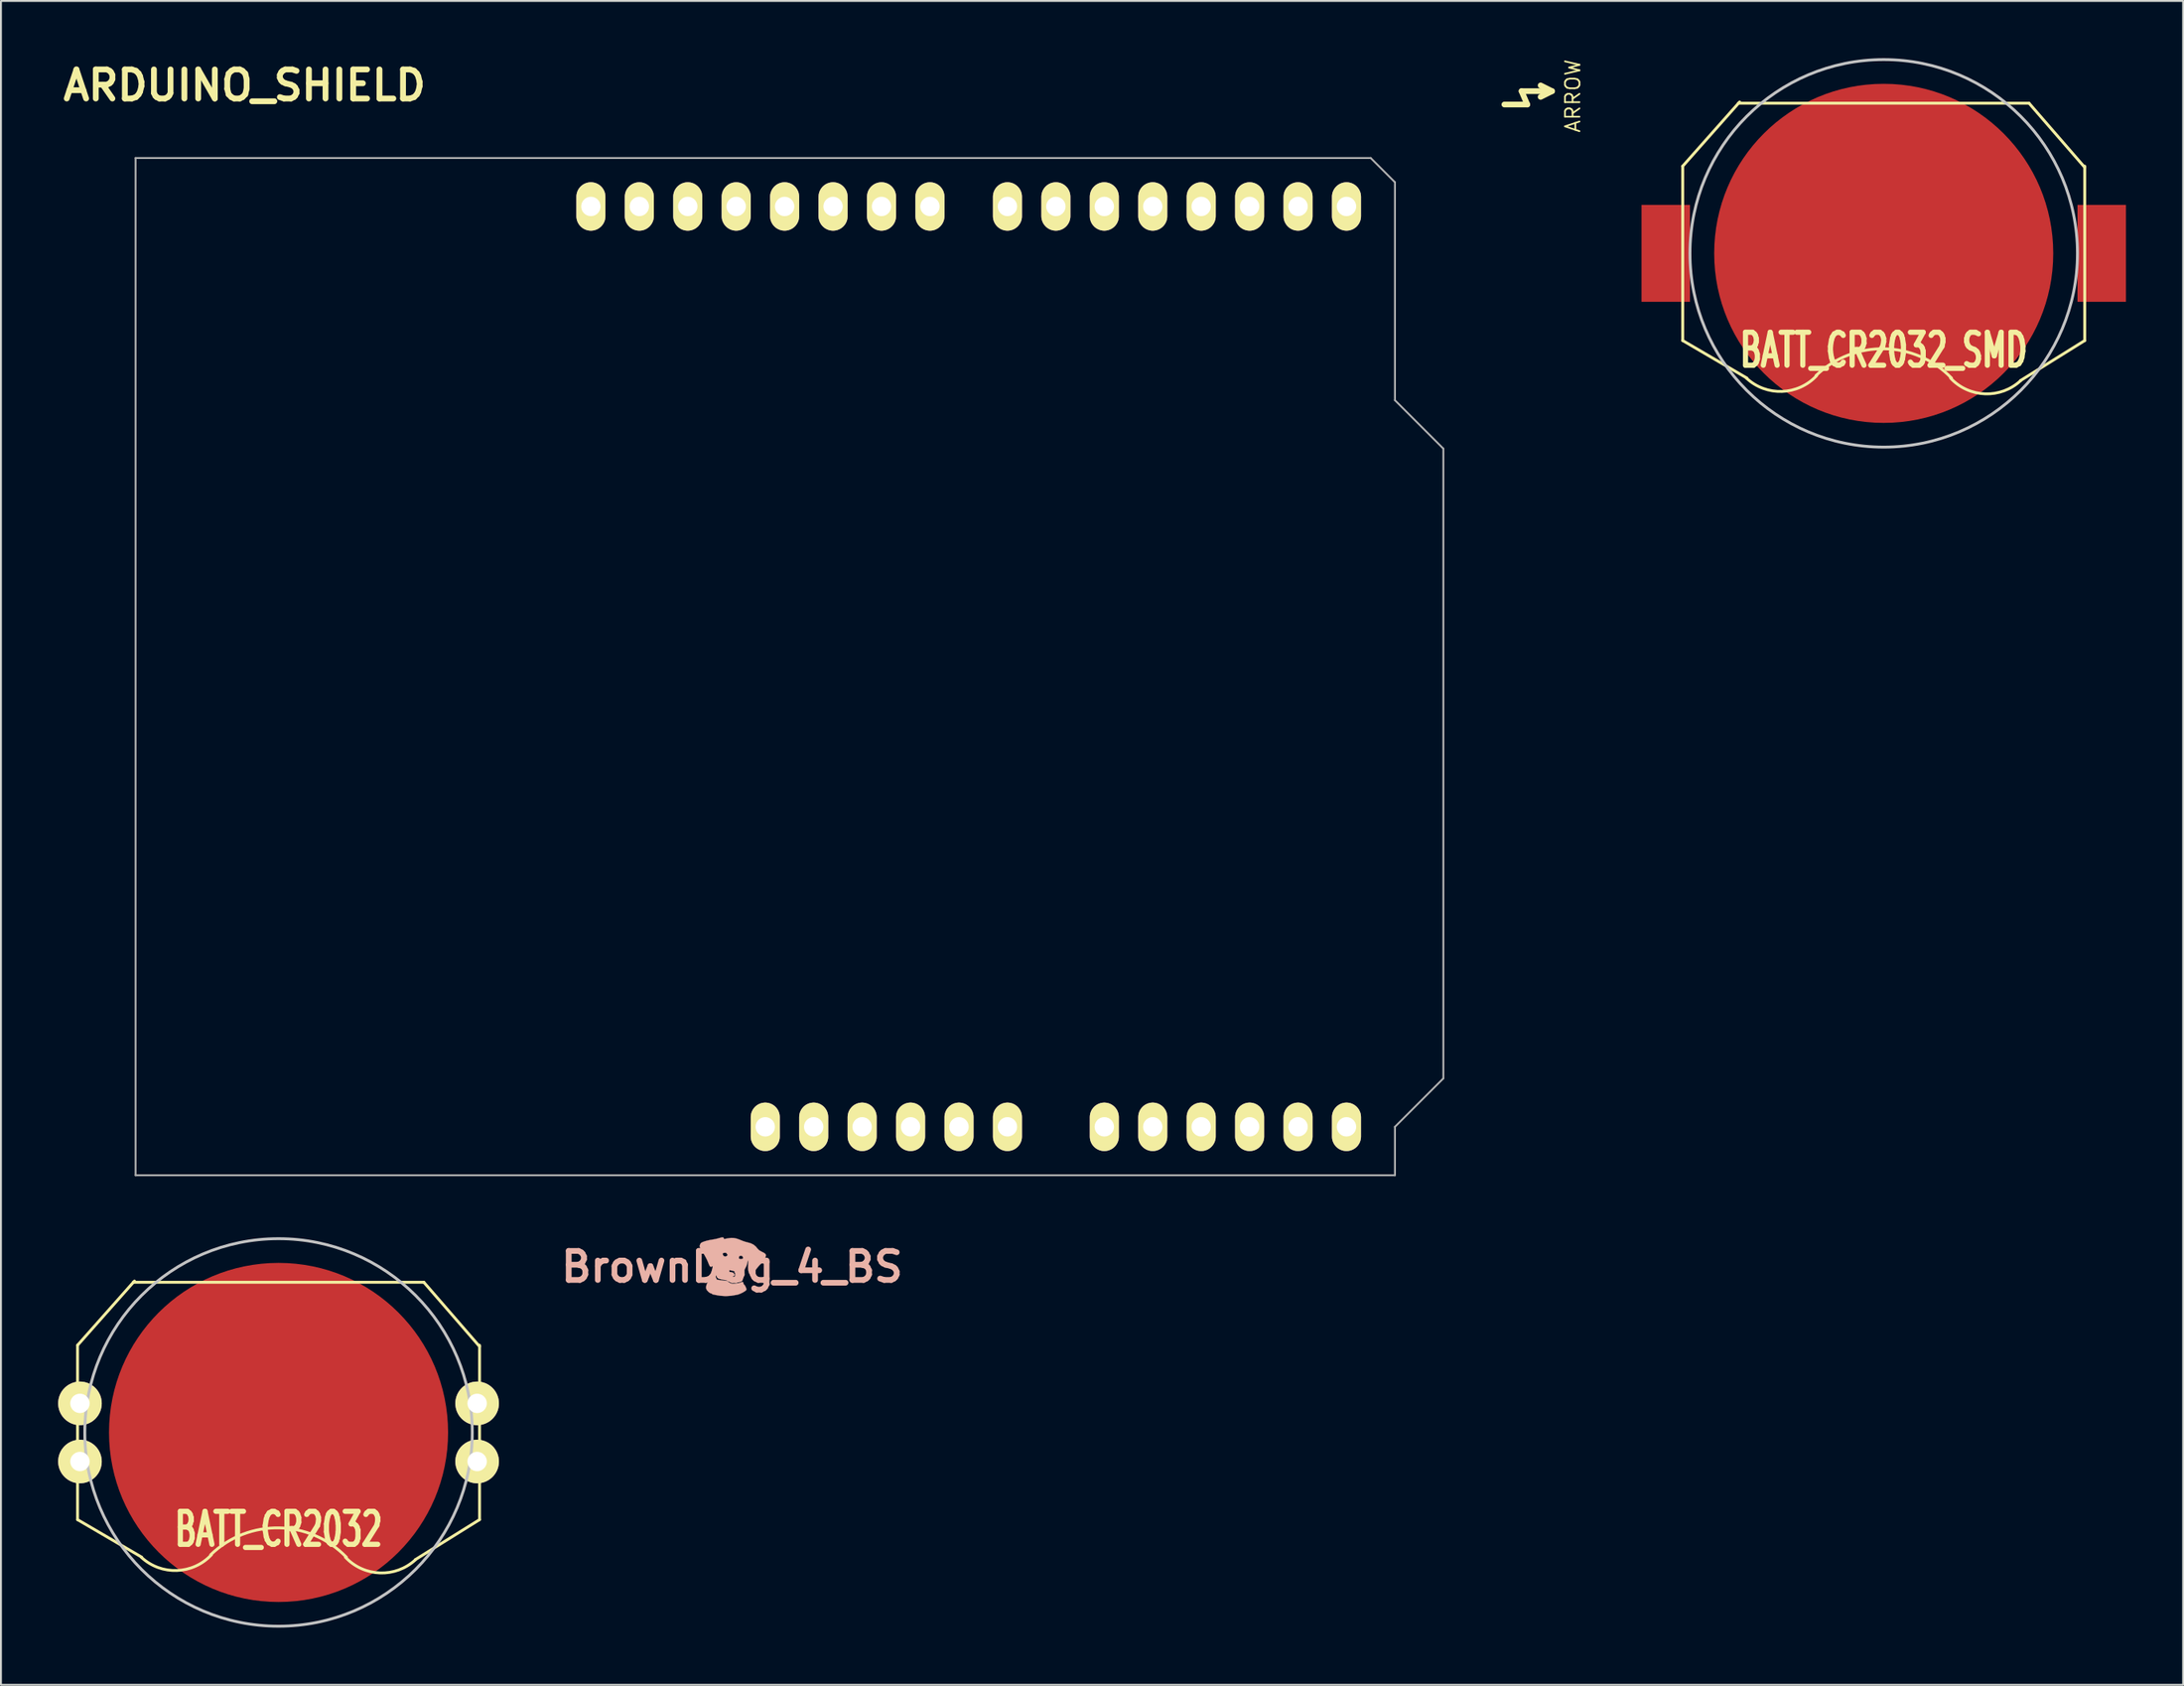
<source format=kicad_pcb>
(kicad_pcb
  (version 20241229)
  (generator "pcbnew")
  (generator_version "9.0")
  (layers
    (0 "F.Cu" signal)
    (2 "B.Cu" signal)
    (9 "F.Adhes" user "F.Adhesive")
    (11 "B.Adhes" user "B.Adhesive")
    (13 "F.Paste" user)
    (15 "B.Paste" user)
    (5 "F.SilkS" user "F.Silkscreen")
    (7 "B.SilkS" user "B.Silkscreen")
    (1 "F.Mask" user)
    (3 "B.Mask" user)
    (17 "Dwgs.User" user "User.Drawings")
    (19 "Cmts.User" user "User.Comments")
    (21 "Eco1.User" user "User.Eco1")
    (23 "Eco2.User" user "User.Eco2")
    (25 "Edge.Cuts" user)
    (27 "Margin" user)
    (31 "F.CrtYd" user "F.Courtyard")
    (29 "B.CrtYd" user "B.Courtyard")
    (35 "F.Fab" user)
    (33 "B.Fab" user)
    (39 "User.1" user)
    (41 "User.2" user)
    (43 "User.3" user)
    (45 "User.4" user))
  (footprint "ARDUINO_SHIELD"
    (layer "F.Cu")
    (at 4.06 58.576)
    (property "Reference" "ARDUINO_SHIELD" (at 5.715 -57.15 0) (layer "F.SilkS") (effects (font (size 1.524 1.524) (thickness 0.305))))
    (attr through_hole)
    (fp_line (start 0 0) (end 0 -53.34) (stroke (width 0.1) (type solid)) (layer "F.Fab"))
    (fp_line (start 64.77 -53.34) (end 0 -53.34) (stroke (width 0.1) (type solid)) (layer "F.Fab"))
    (fp_line (start 66.04 -52.07) (end 64.77 -53.34) (stroke (width 0.1) (type solid)) (layer "F.Fab"))
    (fp_line (start 66.04 -40.64) (end 66.04 -52.07) (stroke (width 0.1) (type solid)) (layer "F.Fab"))
    (fp_line (start 66.04 -40.64) (end 68.58 -38.1) (stroke (width 0.1) (type solid)) (layer "F.Fab"))
    (fp_line (start 66.04 -2.54) (end 66.04 0) (stroke (width 0.1) (type solid)) (layer "F.Fab"))
    (fp_line (start 66.04 0) (end 0 0) (stroke (width 0.1) (type solid)) (layer "F.Fab"))
    (fp_line (start 68.58 -38.1) (end 68.58 -5.08) (stroke (width 0.1) (type solid)) (layer "F.Fab"))
    (fp_line (start 68.58 -5.08) (end 66.04 -2.54) (stroke (width 0.1) (type solid)) (layer "F.Fab"))
    (pad "0" thru_hole oval (at 63.5 -50.8 90) (size 2.54 1.524) (drill 1.016) (layers "*.Cu" "*.Mask" "F.SilkS"))
    (pad "1" thru_hole oval (at 60.96 -50.8 90) (size 2.54 1.524) (drill 1.016) (layers "*.Cu" "*.Mask" "F.SilkS"))
    (pad "2" thru_hole oval (at 58.42 -50.8 90) (size 2.54 1.524) (drill 1.016) (layers "*.Cu" "*.Mask" "F.SilkS"))
    (pad "3" thru_hole oval (at 55.88 -50.8 90) (size 2.54 1.524) (drill 1.016) (layers "*.Cu" "*.Mask" "F.SilkS"))
    (pad "3V3" thru_hole oval (at 35.56 -2.54 90) (size 2.54 1.524) (drill 1.016) (layers "*.Cu" "*.Mask" "F.SilkS"))
    (pad "4" thru_hole oval (at 53.34 -50.8 90) (size 2.54 1.524) (drill 1.016) (layers "*.Cu" "*.Mask" "F.SilkS"))
    (pad "5" thru_hole oval (at 50.8 -50.8 90) (size 2.54 1.524) (drill 1.016) (layers "*.Cu" "*.Mask" "F.SilkS"))
    (pad "5V" thru_hole oval (at 38.1 -2.54 90) (size 2.54 1.524) (drill 1.016) (layers "*.Cu" "*.Mask" "F.SilkS"))
    (pad "6" thru_hole oval (at 48.26 -50.8 90) (size 2.54 1.524) (drill 1.016) (layers "*.Cu" "*.Mask" "F.SilkS"))
    (pad "7" thru_hole oval (at 45.72 -50.8 90) (size 2.54 1.524) (drill 1.016) (layers "*.Cu" "*.Mask" "F.SilkS"))
    (pad "8" thru_hole oval (at 41.656 -50.8 90) (size 2.54 1.524) (drill 1.016) (layers "*.Cu" "*.Mask" "F.SilkS"))
    (pad "9" thru_hole oval (at 39.116 -50.8 90) (size 2.54 1.524) (drill 1.016) (layers "*.Cu" "*.Mask" "F.SilkS"))
    (pad "10" thru_hole oval (at 36.576 -50.8 90) (size 2.54 1.524) (drill 1.016) (layers "*.Cu" "*.Mask" "F.SilkS"))
    (pad "11" thru_hole oval (at 34.036 -50.8 90) (size 2.54 1.524) (drill 1.016) (layers "*.Cu" "*.Mask" "F.SilkS"))
    (pad "12" thru_hole oval (at 31.496 -50.8 90) (size 2.54 1.524) (drill 1.016) (layers "*.Cu" "*.Mask" "F.SilkS"))
    (pad "13" thru_hole oval (at 28.956 -50.8 90) (size 2.54 1.524) (drill 1.016) (layers "*.Cu" "*.Mask" "F.SilkS"))
    (pad "AD0" thru_hole oval (at 50.8 -2.54 90) (size 2.54 1.524) (drill 1.016) (layers "*.Cu" "*.Mask" "F.SilkS"))
    (pad "AD1" thru_hole oval (at 53.34 -2.54 90) (size 2.54 1.524) (drill 1.016) (layers "*.Cu" "*.Mask" "F.SilkS"))
    (pad "AD2" thru_hole oval (at 55.88 -2.54 90) (size 2.54 1.524) (drill 1.016) (layers "*.Cu" "*.Mask" "F.SilkS"))
    (pad "AD3" thru_hole oval (at 58.42 -2.54 90) (size 2.54 1.524) (drill 1.016) (layers "*.Cu" "*.Mask" "F.SilkS"))
    (pad "AD4" thru_hole oval (at 60.96 -2.54 90) (size 2.54 1.524) (drill 1.016) (layers "*.Cu" "*.Mask" "F.SilkS"))
    (pad "AD5" thru_hole oval (at 63.5 -2.54 90) (size 2.54 1.524) (drill 1.016) (layers "*.Cu" "*.Mask" "F.SilkS"))
    (pad "AREF" thru_hole oval (at 23.876 -50.8 90) (size 2.54 1.524) (drill 1.016) (layers "*.Cu" "*.Mask" "F.SilkS"))
    (pad "GND1" thru_hole oval (at 40.64 -2.54 90) (size 2.54 1.524) (drill 1.016) (layers "*.Cu" "*.Mask" "F.SilkS"))
    (pad "GND2" thru_hole oval (at 43.18 -2.54 90) (size 2.54 1.524) (drill 1.016) (layers "*.Cu" "*.Mask" "F.SilkS"))
    (pad "GND3" thru_hole oval (at 26.416 -50.8 90) (size 2.54 1.524) (drill 1.016) (layers "*.Cu" "*.Mask" "F.SilkS"))
    (pad "RST" thru_hole oval (at 33.02 -2.54 90) (size 2.54 1.524) (drill 1.016) (layers "*.Cu" "*.Mask" "F.SilkS"))
    (pad "V_IN" thru_hole oval (at 45.72 -2.54 90) (size 2.54 1.524) (drill 1.016) (layers "*.Cu" "*.Mask" "F.SilkS")))
  (footprint "BATT_CR2032"
    (layer "F.Cu")
    (at 11.557 72.061)
    (property "Reference" "BATT_CR2032" (at 0 5.08 0) (layer "F.SilkS") (effects (font (size 1.73 1.087) (thickness 0.272))))
    (attr through_hole)
    (fp_line (start -10.541 -4.572) (end -7.556 -7.938) (stroke (width 0.15) (type solid)) (layer "F.SilkS"))
    (fp_line (start -10.541 4.572) (end -10.541 -4.572) (stroke (width 0.15) (type solid)) (layer "F.SilkS"))
    (fp_line (start -7.62 -7.874) (end 7.62 -7.874) (stroke (width 0.15) (type solid)) (layer "F.SilkS"))
    (fp_line (start -7.176 6.54) (end -10.541 4.572) (stroke (width 0.15) (type solid)) (layer "F.SilkS"))
    (fp_line (start 7.176 6.668) (end 10.541 4.572) (stroke (width 0.15) (type solid)) (layer "F.SilkS"))
    (fp_line (start 7.62 -7.874) (end 10.541 -4.508) (stroke (width 0.15) (type solid)) (layer "F.SilkS"))
    (fp_line (start 10.541 4.572) (end 10.541 -4.572) (stroke (width 0.15) (type solid)) (layer "F.SilkS"))
    (fp_arc (start -3.556 6.4135) (mid 0.026303 5.004057) (end 3.556 6.5405) (stroke (width 0.15) (type solid)) (layer "F.SilkS"))
    (fp_arc (start -3.5179 6.4135) (mid -5.333097 7.239774) (end -7.2009 6.5405) (stroke (width 0.15) (type solid)) (layer "F.SilkS"))
    (fp_arc (start 7.1882 6.6675) (mid 5.320397 7.366774) (end 3.5052 6.5405) (stroke (width 0.15) (type solid)) (layer "F.SilkS"))
    (fp_circle (center 0 0) (end -10.16 0) (stroke (width 0.15) (type solid)) (fill no) (layer "Dwgs.User"))
    (pad "1" thru_hole circle (at -10.414 -1.524) (size 2.286 2.286) (drill 1.016) (layers "*.Cu" "*.Mask" "F.SilkS"))
    (pad "1" thru_hole circle (at -10.414 1.524) (size 2.286 2.286) (drill 1.016) (layers "*.Cu" "*.Mask" "F.SilkS"))
    (pad "1" thru_hole circle (at 10.414 -1.524) (size 2.286 2.286) (drill 1.016) (layers "*.Cu" "*.Mask" "F.SilkS"))
    (pad "1" thru_hole circle (at 10.414 1.524) (size 2.286 2.286) (drill 1.016) (layers "*.Cu" "*.Mask" "F.SilkS"))
    (pad "2" smd circle (at 0 0) (size 17.78 17.78) (layers "F.Cu" "F.Mask" "F.Paste")))
  (footprint "ARROW"
    (layer "F.Cu")
    (at 76.89 1.98)
    (property "Reference" "ARROW" (at 2.54 0 90) (layer "F.SilkS") (effects (font (size 0.762 0.762) (thickness 0.089))))
    (attr through_hole)
    (fp_line (start -0.15 -0.25) (end 0.15 0.45) (stroke (width 0.3) (type solid)) (layer "F.SilkS"))
    (fp_line (start 0.15 0.45) (end -1.05 0.45) (stroke (width 0.3) (type solid)) (layer "F.SilkS"))
    (fp_line (start 0.85 0.05) (end 1.45 -0.25) (stroke (width 0.3) (type solid)) (layer "F.SilkS"))
    (fp_line (start 1.25 -0.25) (end -0.15 -0.25) (stroke (width 0.3) (type solid)) (layer "F.SilkS"))
    (fp_line (start 1.45 -0.25) (end 0.85 -0.55) (stroke (width 0.3) (type solid)) (layer "F.SilkS")))
  (footprint "BATT_CR2032_SMD"
    (layer "F.Cu")
    (at 95.732 10.235)
    (property "Reference" "BATT_CR2032_SMD" (at 0 5.08 0) (layer "F.SilkS") (effects (font (size 1.73 1.087) (thickness 0.272))))
    (attr through_hole)
    (fp_line (start -10.541 -4.572) (end -7.556 -7.938) (stroke (width 0.15) (type solid)) (layer "F.SilkS"))
    (fp_line (start -10.541 4.572) (end -10.541 -4.572) (stroke (width 0.15) (type solid)) (layer "F.SilkS"))
    (fp_line (start -7.62 -7.874) (end 7.62 -7.874) (stroke (width 0.15) (type solid)) (layer "F.SilkS"))
    (fp_line (start -7.176 6.54) (end -10.541 4.572) (stroke (width 0.15) (type solid)) (layer "F.SilkS"))
    (fp_line (start 7.176 6.668) (end 10.541 4.572) (stroke (width 0.15) (type solid)) (layer "F.SilkS"))
    (fp_line (start 7.62 -7.874) (end 10.541 -4.508) (stroke (width 0.15) (type solid)) (layer "F.SilkS"))
    (fp_line (start 10.541 4.572) (end 10.541 -4.572) (stroke (width 0.15) (type solid)) (layer "F.SilkS"))
    (fp_arc (start -3.556 6.4135) (mid 0.026303 5.004057) (end 3.556 6.5405) (stroke (width 0.15) (type solid)) (layer "F.SilkS"))
    (fp_arc (start -3.5179 6.4135) (mid -5.333097 7.239774) (end -7.2009 6.5405) (stroke (width 0.15) (type solid)) (layer "F.SilkS"))
    (fp_arc (start 7.1882 6.6675) (mid 5.320397 7.366774) (end 3.5052 6.5405) (stroke (width 0.15) (type solid)) (layer "F.SilkS"))
    (fp_circle (center 0 0) (end -10.16 0) (stroke (width 0.15) (type solid)) (fill no) (layer "Dwgs.User"))
    (pad "1" smd rect (at -11.43 0) (size 2.54 5.08) (layers "F.Cu" "F.Mask" "F.Paste"))
    (pad "1" smd rect (at 11.43 0) (size 2.54 5.08) (layers "F.Cu" "F.Mask" "F.Paste"))
    (pad "2" smd circle (at 0 0) (size 17.78 17.78) (layers "F.Cu" "F.Mask" "F.Paste")))
  (footprint "BrownDog_4_BS"
    (layer "F.Cu")
    (at 35.338 63.376)
    (property "Reference" "BrownDog_4_BS" (at 0 0 0) (layer "B.SilkS") (effects (font (size 1.524 1.524) (thickness 0.3))))
    (attr through_hole)
    (fp_poly (pts (xy -0.356 0.419) (xy -0.368 0.432) (xy -0.381 0.419) (xy -0.368 0.406) (xy -0.356 0.419)) (stroke (width 0.01) (type solid)) (fill yes) (layer "B.SilkS"))
    (fp_poly (pts (xy 0.127 0.292) (xy 0.114 0.305) (xy 0.102 0.292) (xy 0.114 0.279) (xy 0.127 0.292)) (stroke (width 0.01) (type solid)) (fill yes) (layer "B.SilkS"))
    (fp_poly (pts (xy -0.894 0.377) (xy -0.889 0.414) (xy -0.878 0.474) (xy -0.851 0.551) (xy -0.84 0.574) (xy -0.791 0.675) (xy -0.579 0.706) (xy -0.471 0.72) (xy -0.375 0.731) (xy -0.308 0.736) (xy -0.297 0.737) (xy -0.247 0.743) (xy -0.229 0.757) (xy -0.208 0.781) (xy -0.157 0.817) (xy -0.124 0.837) (xy -0.064 0.867) (xy -0.008 0.883) (xy 0.06 0.886) (xy 0.159 0.879) (xy 0.172 0.878) (xy 0.28 0.864) (xy 0.38 0.845) (xy 0.45 0.825) (xy 0.452 0.824) (xy 0.525 0.796) (xy 0.564 0.793) (xy 0.585 0.819) (xy 0.597 0.864) (xy 0.614 0.917) (xy 0.633 0.94) (xy 0.633 0.94) (xy 0.66 0.961) (xy 0.693 1.015) (xy 0.726 1.083) (xy 0.749 1.149) (xy 0.756 1.196) (xy 0.755 1.201) (xy 0.719 1.245) (xy 0.646 1.298) (xy 0.55 1.353) (xy 0.443 1.404) (xy 0.335 1.445) (xy 0.267 1.464) (xy -0.049 1.518) (xy -0.339 1.535) (xy -0.61 1.517) (xy -0.639 1.513) (xy -0.749 1.495) (xy -0.847 1.478) (xy -0.918 1.463) (xy -0.931 1.46) (xy -0.989 1.446) (xy -1.022 1.444) (xy -1.041 1.429) (xy -1.041 1.422) (xy -1.063 1.402) (xy -1.092 1.397) (xy -1.139 1.381) (xy -1.204 1.339) (xy -1.242 1.307) (xy -1.319 1.223) (xy -1.359 1.137) (xy -1.361 1.04) (xy -1.329 0.922) (xy -1.286 0.824) (xy -1.238 0.736) (xy -1.174 0.639) (xy -1.103 0.543) (xy -1.033 0.458) (xy -0.97 0.394) (xy -0.923 0.359) (xy -0.911 0.356) (xy -0.894 0.377)) (stroke (width 0.01) (type solid)) (fill yes) (layer "B.SilkS"))
    (fp_poly (pts (xy -0.457 -1.534) (xy -0.443 -1.511) (xy -0.44 -1.5) (xy -0.417 -1.462) (xy -0.395 -1.456) (xy -0.357 -1.466) (xy -0.283 -1.48) (xy -0.189 -1.496) (xy -0.173 -1.499) (xy -0.033 -1.514) (xy 0.096 -1.509) (xy 0.228 -1.482) (xy 0.379 -1.43) (xy 0.465 -1.394) (xy 0.581 -1.349) (xy 0.705 -1.308) (xy 0.806 -1.282) (xy 0.986 -1.231) (xy 1.129 -1.159) (xy 1.249 -1.06) (xy 1.344 -0.943) (xy 1.42 -0.868) (xy 1.531 -0.802) (xy 1.547 -0.795) (xy 1.662 -0.738) (xy 1.735 -0.688) (xy 1.771 -0.638) (xy 1.778 -0.599) (xy 1.764 -0.531) (xy 1.729 -0.441) (xy 1.681 -0.347) (xy 1.628 -0.264) (xy 1.578 -0.208) (xy 1.563 -0.197) (xy 1.513 -0.159) (xy 1.444 -0.089) (xy 1.364 0.001) (xy 1.284 0.1) (xy 1.211 0.197) (xy 1.156 0.281) (xy 1.141 0.308) (xy 1.097 0.377) (xy 1.048 0.427) (xy 1.037 0.434) (xy 0.991 0.45) (xy 0.954 0.429) (xy 0.935 0.407) (xy 0.882 0.313) (xy 0.852 0.186) (xy 0.843 0.022) (xy 0.848 -0.095) (xy 0.853 -0.203) (xy 0.85 -0.281) (xy 0.843 -0.325) (xy 0.831 -0.33) (xy 0.817 -0.292) (xy 0.804 -0.216) (xy 0.762 -0.061) (xy 0.679 0.102) (xy 0.603 0.211) (xy 0.561 0.266) (xy 0.542 0.309) (xy 0.54 0.359) (xy 0.554 0.435) (xy 0.559 0.458) (xy 0.575 0.593) (xy 0.557 0.693) (xy 0.505 0.759) (xy 0.455 0.785) (xy 0.355 0.808) (xy 0.231 0.822) (xy 0.105 0.826) (xy 0.002 0.817) (xy -0.004 0.816) (xy -0.086 0.79) (xy -0.158 0.756) (xy -0.161 0.754) (xy -0.218 0.729) (xy -0.307 0.705) (xy -0.408 0.685) (xy -0.411 0.685) (xy -0.553 0.661) (xy -0.654 0.637) (xy -0.723 0.608) (xy -0.759 0.58) (xy -0.213 0.58) (xy -0.202 0.593) (xy -0.159 0.598) (xy -0.103 0.596) (xy -0.055 0.587) (xy -0.035 0.577) (xy -0.045 0.565) (xy -0.092 0.559) (xy -0.109 0.559) (xy -0.173 0.564) (xy -0.211 0.577) (xy -0.213 0.58) (xy -0.759 0.58) (xy -0.769 0.572) (xy -0.785 0.553) (xy -0.812 0.497) (xy -0.345 0.497) (xy -0.343 0.508) (xy -0.316 0.529) (xy -0.286 0.533) (xy -0.279 0.523) (xy -0.299 0.507) (xy -0.319 0.498) (xy -0.345 0.497) (xy -0.812 0.497) (xy -0.839 0.442) (xy -0.862 0.332) (xy -0.432 0.332) (xy -0.426 0.395) (xy -0.412 0.43) (xy -0.406 0.432) (xy -0.357 0.422) (xy -0.35 0.397) (xy -0.343 0.362) (xy -0.319 0.316) (xy -0.293 0.284) (xy -0.259 0.268) (xy -0.204 0.265) (xy -0.122 0.27) (xy -0.007 0.287) (xy 0.069 0.32) (xy 0.117 0.376) (xy 0.134 0.414) (xy 0.133 0.455) (xy 0.088 0.487) (xy 0.037 0.518) (xy 0.03 0.539) (xy 0.066 0.543) (xy 0.087 0.54) (xy 0.139 0.512) (xy 0.161 0.478) (xy 0.166 0.411) (xy 0.158 0.333) (xy 0.138 0.265) (xy 0.117 0.233) (xy 0.081 0.219) (xy 0.01 0.202) (xy -0.081 0.184) (xy -0.176 0.168) (xy -0.26 0.156) (xy -0.314 0.152) (xy -0.374 0.175) (xy -0.415 0.237) (xy -0.432 0.327) (xy -0.432 0.332) (xy -0.862 0.332) (xy -0.867 0.31) (xy -0.863 0.18) (xy -0.862 0.173) (xy -0.854 0.101) (xy -0.852 0.012) (xy -0.855 -0.082) (xy -0.862 -0.167) (xy -0.873 -0.232) (xy -0.886 -0.264) (xy -0.893 -0.264) (xy -0.911 -0.231) (xy -0.914 -0.204) (xy -0.934 -0.143) (xy -0.981 -0.078) (xy -1.041 -0.025) (xy -1.099 -0.000267) (xy -1.105 0) (xy -1.134 -0.006) (xy -1.16 -0.03) (xy -1.189 -0.079) (xy -1.226 -0.163) (xy -1.256 -0.239) (xy -1.311 -0.366) (xy -1.347 -0.437) (xy 0.358 -0.437) (xy 0.374 -0.413) (xy 0.422 -0.407) (xy 0.456 -0.406) (xy 0.536 -0.415) (xy 0.574 -0.441) (xy 0.574 -0.443) (xy 0.574 -0.492) (xy 0.559 -0.533) (xy 0.522 -0.572) (xy 0.461 -0.58) (xy 0.449 -0.579) (xy 0.392 -0.567) (xy 0.367 -0.533) (xy 0.36 -0.489) (xy 0.358 -0.437) (xy -1.347 -0.437) (xy -1.387 -0.513) (xy -1.469 -0.66) (xy -0.491 -0.66) (xy -0.489 -0.652) (xy -0.451 -0.578) (xy -0.389 -0.541) (xy -0.315 -0.546) (xy -0.273 -0.569) (xy -0.238 -0.609) (xy -0.23 -0.645) (xy -0.254 -0.66) (xy -0.277 -0.681) (xy -0.279 -0.699) (xy -0.302 -0.729) (xy -0.354 -0.737) (xy -0.44 -0.729) (xy -0.484 -0.705) (xy -0.491 -0.66) (xy -1.469 -0.66) (xy -1.471 -0.662) (xy -1.527 -0.753) (xy -1.602 -0.87) (xy -1.651 -0.954) (xy -1.681 -1.015) (xy -1.693 -1.062) (xy -1.694 -1.103) (xy -1.692 -1.118) (xy -1.667 -1.192) (xy -1.626 -1.249) (xy -1.624 -1.251) (xy -1.555 -1.29) (xy -1.447 -1.331) (xy -1.314 -1.37) (xy -1.166 -1.403) (xy -1.064 -1.42) (xy -0.946 -1.44) (xy -0.824 -1.465) (xy -0.737 -1.487) (xy -0.616 -1.521) (xy -0.535 -1.54) (xy -0.485 -1.544) (xy -0.457 -1.534)) (stroke (width 0.01) (type solid)) (fill yes) (layer "B.SilkS")))
  (gr_rect
    (start -3 -3)
    (end 111.432 85.296)
    (stroke (width 0.1) (type default))
    (fill no)
    (layer "Edge.Cuts")))
</source>
